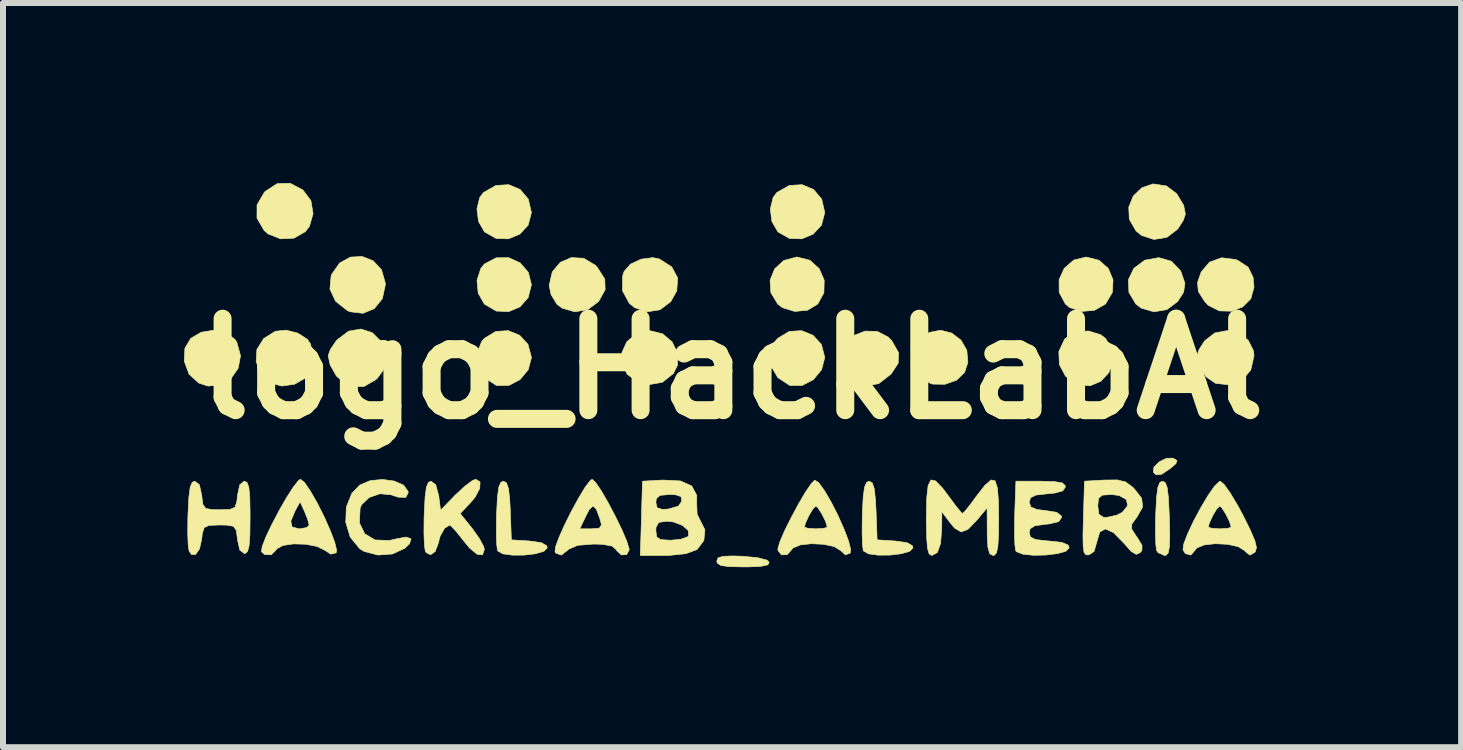
<source format=kicad_pcb>
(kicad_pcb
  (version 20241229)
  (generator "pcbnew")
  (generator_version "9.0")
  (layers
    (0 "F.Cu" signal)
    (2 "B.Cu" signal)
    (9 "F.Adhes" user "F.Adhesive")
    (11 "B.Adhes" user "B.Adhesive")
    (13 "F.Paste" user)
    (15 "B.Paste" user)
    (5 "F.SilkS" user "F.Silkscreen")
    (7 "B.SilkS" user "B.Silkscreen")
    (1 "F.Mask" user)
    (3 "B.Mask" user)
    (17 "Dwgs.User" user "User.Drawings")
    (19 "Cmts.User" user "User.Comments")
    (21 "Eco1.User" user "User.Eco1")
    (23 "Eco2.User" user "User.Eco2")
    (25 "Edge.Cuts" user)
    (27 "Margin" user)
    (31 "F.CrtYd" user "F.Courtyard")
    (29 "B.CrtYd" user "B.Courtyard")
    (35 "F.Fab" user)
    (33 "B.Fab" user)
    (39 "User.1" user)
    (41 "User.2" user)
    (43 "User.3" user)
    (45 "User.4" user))
  (footprint "logo_HackLabAl"
    (layer "F.Cu")
    (at 9.151 3.097)
    (property "Reference" "logo_HackLabAl" (at 0 0 0) (layer "F.SilkS") (effects (font (size 1.524 1.524) (thickness 0.3))))
    (attr through_hole)
    (fp_poly (pts (xy 7.417 1.528) (xy 7.397 1.581) (xy 7.311 1.656) (xy 7.16 1.758) (xy 7.065 1.766) (xy 7.022 1.723) (xy 7.031 1.639) (xy 7.119 1.551) (xy 7.24 1.491) (xy 7.348 1.489) (xy 7.417 1.528)) (stroke (width 0.01) (type solid)) (fill yes) (layer "F.SilkS"))
    (fp_poly (pts (xy -8.442 -0.605) (xy -8.285 -0.49) (xy -8.254 -0.442) (xy -8.192 -0.218) (xy -8.231 -0.009) (xy -8.349 0.16) (xy -8.524 0.267) (xy -8.733 0.288) (xy -8.889 0.237) (xy -9.051 0.088) (xy -9.13 -0.128) (xy -9.119 -0.344) (xy -9.021 -0.508) (xy -8.849 -0.609) (xy -8.643 -0.643) (xy -8.442 -0.605)) (stroke (width 0.01) (type solid)) (fill yes) (layer "F.SilkS"))
    (fp_poly (pts (xy -7.236 -0.594) (xy -7.08 -0.493) (xy -7.026 -0.415) (xy -6.986 -0.198) (xy -7.015 0.01) (xy -7.096 0.144) (xy -7.291 0.257) (xy -7.506 0.287) (xy -7.652 0.246) (xy -7.843 0.082) (xy -7.932 -0.117) (xy -7.919 -0.323) (xy -7.806 -0.504) (xy -7.612 -0.626) (xy -7.431 -0.644) (xy -7.236 -0.594)) (stroke (width 0.01) (type solid)) (fill yes) (layer "F.SilkS"))
    (fp_poly (pts (xy -7.152 -2.98) (xy -7.019 -2.803) (xy -6.983 -2.586) (xy -7.044 -2.374) (xy -7.112 -2.286) (xy -7.301 -2.178) (xy -7.524 -2.166) (xy -7.732 -2.248) (xy -7.799 -2.306) (xy -7.918 -2.512) (xy -7.917 -2.732) (xy -7.797 -2.94) (xy -7.782 -2.956) (xy -7.58 -3.087) (xy -7.364 -3.092) (xy -7.152 -2.98)) (stroke (width 0.01) (type solid)) (fill yes) (layer "F.SilkS"))
    (fp_poly (pts (xy -3.532 -1.766) (xy -3.395 -1.608) (xy -3.344 -1.401) (xy -3.398 -1.186) (xy -3.535 -1.032) (xy -3.724 -0.953) (xy -3.931 -0.963) (xy -4.122 -1.075) (xy -4.128 -1.079) (xy -4.231 -1.26) (xy -4.251 -1.475) (xy -4.187 -1.673) (xy -4.127 -1.747) (xy -3.932 -1.85) (xy -3.722 -1.852) (xy -3.532 -1.766)) (stroke (width 0.01) (type solid)) (fill yes) (layer "F.SilkS"))
    (fp_poly (pts (xy -3.532 -2.989) (xy -3.396 -2.829) (xy -3.344 -2.604) (xy -3.398 -2.395) (xy -3.537 -2.245) (xy -3.727 -2.166) (xy -3.932 -2.173) (xy -4.12 -2.279) (xy -4.128 -2.286) (xy -4.226 -2.457) (xy -4.252 -2.665) (xy -4.205 -2.856) (xy -4.143 -2.938) (xy -3.936 -3.056) (xy -3.722 -3.069) (xy -3.532 -2.989)) (stroke (width 0.01) (type solid)) (fill yes) (layer "F.SilkS"))
    (fp_poly (pts (xy -1.214 -1.832) (xy -1.006 -1.7) (xy -0.906 -1.515) (xy -0.921 -1.3) (xy -1.021 -1.12) (xy -1.199 -0.985) (xy -1.414 -0.95) (xy -1.622 -1.018) (xy -1.712 -1.091) (xy -1.826 -1.301) (xy -1.824 -1.545) (xy -1.8 -1.621) (xy -1.695 -1.743) (xy -1.517 -1.827) (xy -1.321 -1.853) (xy -1.214 -1.832)) (stroke (width 0.01) (type solid)) (fill yes) (layer "F.SilkS"))
    (fp_poly (pts (xy -1.157 -0.583) (xy -0.998 -0.448) (xy -0.909 -0.263) (xy -0.908 -0.063) (xy -0.976 0.077) (xy -1.16 0.224) (xy -1.391 0.265) (xy -1.565 0.223) (xy -1.747 0.092) (xy -1.834 -0.084) (xy -1.834 -0.275) (xy -1.754 -0.451) (xy -1.6 -0.581) (xy -1.38 -0.635) (xy -1.367 -0.635) (xy -1.157 -0.583)) (stroke (width 0.01) (type solid)) (fill yes) (layer "F.SilkS"))
    (fp_poly (pts (xy 0.17 3.124) (xy 0.426 3.148) (xy 0.581 3.188) (xy 0.619 3.223) (xy 0.597 3.267) (xy 0.484 3.292) (xy 0.264 3.302) (xy 0.196 3.302) (xy -0.046 3.297) (xy -0.185 3.278) (xy -0.245 3.24) (xy -0.254 3.204) (xy -0.232 3.151) (xy -0.15 3.125) (xy 0.018 3.119) (xy 0.17 3.124)) (stroke (width 0.01) (type solid)) (fill yes) (layer "F.SilkS"))
    (fp_poly (pts (xy 1.297 -1.809) (xy 1.453 -1.669) (xy 1.536 -1.477) (xy 1.531 -1.267) (xy 1.429 -1.08) (xy 1.259 -0.977) (xy 1.045 -0.956) (xy 0.841 -1.019) (xy 0.762 -1.079) (xy 0.647 -1.27) (xy 0.634 -1.477) (xy 0.711 -1.667) (xy 0.863 -1.806) (xy 1.077 -1.863) (xy 1.084 -1.863) (xy 1.297 -1.809)) (stroke (width 0.01) (type solid)) (fill yes) (layer "F.SilkS"))
    (fp_poly (pts (xy 1.358 -2.989) (xy 1.494 -2.829) (xy 1.545 -2.604) (xy 1.491 -2.395) (xy 1.352 -2.245) (xy 1.163 -2.166) (xy 0.957 -2.173) (xy 0.769 -2.279) (xy 0.762 -2.286) (xy 0.664 -2.457) (xy 0.638 -2.665) (xy 0.685 -2.856) (xy 0.746 -2.938) (xy 0.954 -3.056) (xy 1.168 -3.069) (xy 1.358 -2.989)) (stroke (width 0.01) (type solid)) (fill yes) (layer "F.SilkS"))
    (fp_poly (pts (xy 2.421 -0.623) (xy 2.605 -0.528) (xy 2.662 -0.468) (xy 2.775 -0.27) (xy 2.769 -0.092) (xy 2.651 0.087) (xy 2.444 0.248) (xy 2.228 0.283) (xy 2.116 0.253) (xy 1.946 0.121) (xy 1.854 -0.092) (xy 1.841 -0.218) (xy 1.895 -0.416) (xy 2.032 -0.556) (xy 2.219 -0.629) (xy 2.421 -0.623)) (stroke (width 0.01) (type solid)) (fill yes) (layer "F.SilkS"))
    (fp_poly (pts (xy 3.662 -0.595) (xy 3.815 -0.478) (xy 3.913 -0.31) (xy 3.931 -0.108) (xy 3.875 0.061) (xy 3.744 0.188) (xy 3.549 0.258) (xy 3.345 0.255) (xy 3.307 0.244) (xy 3.101 0.113) (xy 3.002 -0.071) (xy 3.016 -0.285) (xy 3.116 -0.468) (xy 3.288 -0.607) (xy 3.478 -0.643) (xy 3.662 -0.595)) (stroke (width 0.01) (type solid)) (fill yes) (layer "F.SilkS"))
    (fp_poly (pts (xy 6.117 -1.809) (xy 6.271 -1.672) (xy 6.35 -1.483) (xy 6.34 -1.276) (xy 6.228 -1.085) (xy 6.223 -1.079) (xy 6.043 -0.976) (xy 5.827 -0.956) (xy 5.629 -1.02) (xy 5.556 -1.08) (xy 5.452 -1.275) (xy 5.451 -1.485) (xy 5.537 -1.675) (xy 5.695 -1.812) (xy 5.901 -1.863) (xy 6.117 -1.809)) (stroke (width 0.01) (type solid)) (fill yes) (layer "F.SilkS"))
    (fp_poly (pts (xy 7.322 -1.793) (xy 7.47 -1.641) (xy 7.484 -1.613) (xy 7.548 -1.425) (xy 7.526 -1.275) (xy 7.425 -1.12) (xy 7.248 -0.987) (xy 7.031 -0.95) (xy 6.819 -1.012) (xy 6.731 -1.079) (xy 6.615 -1.273) (xy 6.606 -1.484) (xy 6.697 -1.675) (xy 6.879 -1.81) (xy 7.113 -1.853) (xy 7.322 -1.793)) (stroke (width 0.01) (type solid)) (fill yes) (layer "F.SilkS"))
    (fp_poly (pts (xy -5.981 -1.8) (xy -5.843 -1.652) (xy -5.78 -1.434) (xy -5.779 -1.397) (xy -5.829 -1.167) (xy -5.963 -1.003) (xy -6.151 -0.925) (xy -6.366 -0.951) (xy -6.412 -0.971) (xy -6.608 -1.126) (xy -6.702 -1.328) (xy -6.682 -1.55) (xy -6.675 -1.571) (xy -6.541 -1.763) (xy -6.36 -1.862) (xy -6.164 -1.872) (xy -5.981 -1.8)) (stroke (width 0.01) (type solid)) (fill yes) (layer "F.SilkS"))
    (fp_poly (pts (xy -3.54 -0.559) (xy -3.401 -0.407) (xy -3.344 -0.193) (xy -3.344 -0.186) (xy -3.397 0.016) (xy -3.534 0.18) (xy -3.717 0.276) (xy -3.914 0.279) (xy -3.937 0.272) (xy -4.128 0.146) (xy -4.236 -0.043) (xy -4.253 -0.257) (xy -4.171 -0.458) (xy -4.128 -0.508) (xy -3.937 -0.623) (xy -3.73 -0.636) (xy -3.54 -0.559)) (stroke (width 0.01) (type solid)) (fill yes) (layer "F.SilkS"))
    (fp_poly (pts (xy -2.472 -1.842) (xy -2.279 -1.727) (xy -2.244 -1.689) (xy -2.121 -1.496) (xy -2.115 -1.318) (xy -2.224 -1.123) (xy -2.227 -1.12) (xy -2.404 -0.987) (xy -2.621 -0.95) (xy -2.833 -1.012) (xy -2.921 -1.079) (xy -3.017 -1.239) (xy -3.048 -1.39) (xy -2.996 -1.616) (xy -2.862 -1.775) (xy -2.677 -1.854) (xy -2.472 -1.842)) (stroke (width 0.01) (type solid)) (fill yes) (layer "F.SilkS"))
    (fp_poly (pts (xy 1.349 -0.559) (xy 1.489 -0.407) (xy 1.545 -0.193) (xy 1.545 -0.186) (xy 1.492 0.016) (xy 1.356 0.18) (xy 1.172 0.276) (xy 0.976 0.279) (xy 0.953 0.272) (xy 0.762 0.146) (xy 0.653 -0.043) (xy 0.636 -0.257) (xy 0.719 -0.458) (xy 0.762 -0.508) (xy 0.952 -0.623) (xy 1.159 -0.636) (xy 1.349 -0.559)) (stroke (width 0.01) (type solid)) (fill yes) (layer "F.SilkS"))
    (fp_poly (pts (xy 6.144 -0.568) (xy 6.223 -0.508) (xy 6.335 -0.324) (xy 6.349 -0.125) (xy 6.281 0.062) (xy 6.148 0.207) (xy 5.969 0.283) (xy 5.761 0.263) (xy 5.745 0.256) (xy 5.558 0.123) (xy 5.455 -0.072) (xy 5.447 -0.289) (xy 5.541 -0.491) (xy 5.556 -0.507) (xy 5.726 -0.611) (xy 5.94 -0.631) (xy 6.144 -0.568)) (stroke (width 0.01) (type solid)) (fill yes) (layer "F.SilkS"))
    (fp_poly (pts (xy 8.392 -1.822) (xy 8.425 -1.81) (xy 8.601 -1.695) (xy 8.685 -1.523) (xy 8.7 -1.36) (xy 8.646 -1.167) (xy 8.509 -1.03) (xy 8.322 -0.96) (xy 8.12 -0.966) (xy 7.936 -1.059) (xy 7.879 -1.12) (xy 7.772 -1.288) (xy 7.758 -1.438) (xy 7.819 -1.613) (xy 7.957 -1.777) (xy 8.159 -1.851) (xy 8.392 -1.822)) (stroke (width 0.01) (type solid)) (fill yes) (layer "F.SilkS"))
    (fp_poly (pts (xy 8.444 -0.592) (xy 8.603 -0.476) (xy 8.692 -0.298) (xy 8.7 -0.218) (xy 8.646 0.02) (xy 8.502 0.189) (xy 8.295 0.268) (xy 8.058 0.242) (xy 7.9 0.132) (xy 7.784 -0.049) (xy 7.747 -0.217) (xy 7.784 -0.321) (xy 7.873 -0.46) (xy 7.879 -0.468) (xy 8.047 -0.598) (xy 8.247 -0.636) (xy 8.444 -0.592)) (stroke (width 0.01) (type solid)) (fill yes) (layer "F.SilkS"))
    (fp_poly (pts (xy 7.238 -3.048) (xy 7.242 -3.047) (xy 7.41 -2.919) (xy 7.527 -2.726) (xy 7.556 -2.577) (xy 7.52 -2.473) (xy 7.431 -2.334) (xy 7.425 -2.326) (xy 7.247 -2.191) (xy 7.032 -2.156) (xy 6.823 -2.224) (xy 6.733 -2.298) (xy 6.621 -2.493) (xy 6.612 -2.695) (xy 6.687 -2.879) (xy 6.829 -3.017) (xy 7.018 -3.082) (xy 7.238 -3.048)) (stroke (width 0.01) (type solid)) (fill yes) (layer "F.SilkS"))
    (fp_poly (pts (xy -5.996 -0.602) (xy -5.851 -0.457) (xy -5.781 -0.238) (xy -5.779 -0.185) (xy -5.807 0.014) (xy -5.911 0.157) (xy -5.946 0.186) (xy -6.135 0.295) (xy -6.319 0.295) (xy -6.454 0.243) (xy -6.594 0.12) (xy -6.699 -0.066) (xy -6.731 -0.222) (xy -6.692 -0.327) (xy -6.597 -0.466) (xy -6.582 -0.483) (xy -6.392 -0.627) (xy -6.186 -0.663) (xy -5.996 -0.602)) (stroke (width 0.01) (type solid)) (fill yes) (layer "F.SilkS"))
    (fp_poly (pts (xy 7.221 1.897) (xy 7.253 1.98) (xy 7.273 2.145) (xy 7.286 2.411) (xy 7.289 2.492) (xy 7.295 2.781) (xy 7.29 2.965) (xy 7.271 3.066) (xy 7.235 3.107) (xy 7.208 3.111) (xy 7.101 3.065) (xy 7.076 3.027) (xy 7.063 2.927) (xy 7.057 2.736) (xy 7.059 2.49) (xy 7.062 2.408) (xy 7.076 2.137) (xy 7.098 1.972) (xy 7.132 1.892) (xy 7.176 1.873) (xy 7.221 1.897)) (stroke (width 0.01) (type solid)) (fill yes) (layer "F.SilkS"))
    (fp_poly (pts (xy -3.759 1.901) (xy -3.725 1.998) (xy -3.705 2.186) (xy -3.696 2.362) (xy -3.678 2.851) (xy -3.379 2.87) (xy -3.181 2.897) (xy -3.09 2.948) (xy -3.08 2.985) (xy -3.136 3.042) (xy -3.279 3.083) (xy -3.467 3.105) (xy -3.661 3.106) (xy -3.821 3.084) (xy -3.906 3.035) (xy -3.909 3.03) (xy -3.922 2.929) (xy -3.928 2.737) (xy -3.926 2.49) (xy -3.924 2.408) (xy -3.91 2.137) (xy -3.888 1.972) (xy -3.853 1.892) (xy -3.81 1.873) (xy -3.759 1.901)) (stroke (width 0.01) (type solid)) (fill yes) (layer "F.SilkS"))
    (fp_poly (pts (xy 2.337 1.901) (xy 2.37 1.998) (xy 2.391 2.186) (xy 2.4 2.362) (xy 2.418 2.851) (xy 2.717 2.87) (xy 2.915 2.897) (xy 3.006 2.948) (xy 3.016 2.985) (xy 2.96 3.042) (xy 2.817 3.083) (xy 2.629 3.105) (xy 2.435 3.106) (xy 2.275 3.084) (xy 2.19 3.035) (xy 2.187 3.03) (xy 2.174 2.929) (xy 2.168 2.737) (xy 2.17 2.49) (xy 2.172 2.408) (xy 2.186 2.137) (xy 2.208 1.972) (xy 2.243 1.892) (xy 2.286 1.873) (xy 2.337 1.901)) (stroke (width 0.01) (type solid)) (fill yes) (layer "F.SilkS"))
    (fp_poly (pts (xy -5.629 1.871) (xy -5.474 1.939) (xy -5.4 2.043) (xy -5.397 2.066) (xy -5.439 2.143) (xy -5.567 2.139) (xy -5.683 2.1) (xy -5.867 2.082) (xy -6.048 2.144) (xy -6.175 2.266) (xy -6.199 2.324) (xy -6.211 2.568) (xy -6.123 2.749) (xy -5.952 2.852) (xy -5.715 2.862) (xy -5.604 2.836) (xy -5.43 2.804) (xy -5.35 2.833) (xy -5.375 2.915) (xy -5.452 2.99) (xy -5.659 3.086) (xy -5.906 3.104) (xy -6.136 3.042) (xy -6.205 2.999) (xy -6.364 2.805) (xy -6.438 2.561) (xy -6.429 2.304) (xy -6.336 2.074) (xy -6.204 1.937) (xy -6.031 1.864) (xy -5.827 1.844) (xy -5.629 1.871)) (stroke (width 0.01) (type solid)) (fill yes) (layer "F.SilkS"))
    (fp_poly (pts (xy -4.2 1.884) (xy -4.205 1.993) (xy -4.282 2.139) (xy -4.361 2.234) (xy -4.531 2.412) (xy -4.329 2.663) (xy -4.212 2.827) (xy -4.139 2.964) (xy -4.128 3.013) (xy -4.16 3.102) (xy -4.247 3.092) (xy -4.373 2.989) (xy -4.48 2.859) (xy -4.596 2.713) (xy -4.682 2.621) (xy -4.707 2.605) (xy -4.791 2.657) (xy -4.865 2.789) (xy -4.899 2.916) (xy -4.948 3.046) (xy -5.027 3.1) (xy -5.1 3.061) (xy -5.114 3.032) (xy -5.128 2.93) (xy -5.135 2.737) (xy -5.133 2.49) (xy -5.13 2.408) (xy -5.116 2.137) (xy -5.094 1.972) (xy -5.06 1.892) (xy -5.016 1.873) (xy -4.938 1.934) (xy -4.89 2.113) (xy -4.889 2.115) (xy -4.858 2.357) (xy -4.607 2.099) (xy -4.455 1.958) (xy -4.329 1.864) (xy -4.273 1.841) (xy -4.2 1.884)) (stroke (width 0.01) (type solid)) (fill yes) (layer "F.SilkS"))
    (fp_poly (pts (xy -7.125 1.895) (xy -7.028 2.037) (xy -6.914 2.236) (xy -6.799 2.464) (xy -6.698 2.692) (xy -6.623 2.888) (xy -6.59 3.025) (xy -6.598 3.067) (xy -6.687 3.09) (xy -6.782 3.027) (xy -6.915 2.961) (xy -7.105 2.924) (xy -7.309 2.918) (xy -7.485 2.944) (xy -7.589 3.001) (xy -7.597 3.016) (xy -7.68 3.1) (xy -7.791 3.096) (xy -7.843 3.047) (xy -7.832 2.965) (xy -7.77 2.804) (xy -7.671 2.595) (xy -7.64 2.537) (xy -7.354 2.537) (xy -7.334 2.635) (xy -7.217 2.667) (xy -7.207 2.667) (xy -7.088 2.646) (xy -7.048 2.606) (xy -7.073 2.509) (xy -7.124 2.381) (xy -7.199 2.216) (xy -7.28 2.362) (xy -7.354 2.537) (xy -7.64 2.537) (xy -7.552 2.368) (xy -7.427 2.15) (xy -7.313 1.972) (xy -7.226 1.862) (xy -7.193 1.841) (xy -7.125 1.895)) (stroke (width 0.01) (type solid)) (fill yes) (layer "F.SilkS"))
    (fp_poly (pts (xy -2.273 1.895) (xy -2.179 2.034) (xy -2.065 2.231) (xy -1.946 2.456) (xy -1.838 2.678) (xy -1.756 2.869) (xy -1.716 2.999) (xy -1.714 3.017) (xy -1.756 3.097) (xy -1.844 3.102) (xy -1.922 3.031) (xy -1.928 3.016) (xy -1.998 2.955) (xy -2.16 2.925) (xy -2.308 2.921) (xy -2.573 2.942) (xy -2.721 3.006) (xy -2.731 3.016) (xy -2.845 3.105) (xy -2.937 3.071) (xy -2.951 3.051) (xy -2.942 2.968) (xy -2.882 2.806) (xy -2.82 2.667) (xy -2.538 2.667) (xy -2.344 2.667) (xy -2.212 2.656) (xy -2.177 2.602) (xy -2.194 2.524) (xy -2.259 2.345) (xy -2.315 2.285) (xy -2.377 2.341) (xy -2.431 2.443) (xy -2.538 2.667) (xy -2.82 2.667) (xy -2.788 2.596) (xy -2.674 2.367) (xy -2.554 2.149) (xy -2.446 1.97) (xy -2.362 1.861) (xy -2.331 1.841) (xy -2.273 1.895)) (stroke (width 0.01) (type solid)) (fill yes) (layer "F.SilkS"))
    (fp_poly (pts (xy 5.375 1.88) (xy 5.504 1.902) (xy 5.553 1.947) (xy 5.556 1.968) (xy 5.513 2.034) (xy 5.372 2.072) (xy 5.255 2.083) (xy 5.067 2.104) (xy 4.977 2.146) (xy 4.953 2.222) (xy 4.953 2.222) (xy 4.98 2.302) (xy 5.079 2.345) (xy 5.223 2.362) (xy 5.412 2.393) (xy 5.489 2.453) (xy 5.493 2.477) (xy 5.444 2.547) (xy 5.287 2.585) (xy 5.223 2.591) (xy 5.047 2.616) (xy 4.968 2.666) (xy 4.953 2.731) (xy 4.974 2.804) (xy 5.056 2.845) (xy 5.228 2.866) (xy 5.286 2.87) (xy 5.496 2.893) (xy 5.599 2.936) (xy 5.62 2.985) (xy 5.563 3.041) (xy 5.419 3.081) (xy 5.226 3.104) (xy 5.023 3.108) (xy 4.848 3.09) (xy 4.741 3.049) (xy 4.727 3.03) (xy 4.714 2.929) (xy 4.708 2.737) (xy 4.71 2.49) (xy 4.712 2.408) (xy 4.731 1.873) (xy 5.144 1.873) (xy 5.375 1.88)) (stroke (width 0.01) (type solid)) (fill yes) (layer "F.SilkS"))
    (fp_poly (pts (xy 1.444 1.897) (xy 1.539 2.028) (xy 1.651 2.219) (xy 1.765 2.443) (xy 1.866 2.67) (xy 1.942 2.87) (xy 1.978 3.016) (xy 1.969 3.072) (xy 1.89 3.101) (xy 1.814 3.032) (xy 1.705 2.964) (xy 1.527 2.925) (xy 1.324 2.915) (xy 1.139 2.935) (xy 1.016 2.986) (xy 0.993 3.016) (xy 0.918 3.098) (xy 0.824 3.101) (xy 0.766 3.028) (xy 0.764 3) (xy 0.795 2.889) (xy 0.872 2.709) (xy 0.907 2.638) (xy 1.206 2.638) (xy 1.262 2.658) (xy 1.395 2.667) (xy 1.397 2.667) (xy 1.531 2.659) (xy 1.587 2.639) (xy 1.587 2.638) (xy 1.561 2.547) (xy 1.499 2.422) (xy 1.433 2.318) (xy 1.397 2.286) (xy 1.347 2.336) (xy 1.28 2.449) (xy 1.224 2.571) (xy 1.206 2.638) (xy 0.907 2.638) (xy 0.98 2.491) (xy 1.101 2.265) (xy 1.219 2.063) (xy 1.318 1.917) (xy 1.378 1.856) (xy 1.444 1.897)) (stroke (width 0.01) (type solid)) (fill yes) (layer "F.SilkS"))
    (fp_poly (pts (xy 3.392 1.868) (xy 3.506 1.985) (xy 3.613 2.127) (xy 3.729 2.284) (xy 3.814 2.388) (xy 3.842 2.413) (xy 3.889 2.366) (xy 3.984 2.245) (xy 4.071 2.127) (xy 4.215 1.941) (xy 4.318 1.852) (xy 4.385 1.867) (xy 4.424 1.991) (xy 4.442 2.232) (xy 4.445 2.477) (xy 4.442 2.773) (xy 4.43 2.963) (xy 4.407 3.068) (xy 4.37 3.108) (xy 4.35 3.111) (xy 4.295 3.083) (xy 4.265 2.981) (xy 4.253 2.782) (xy 4.253 2.715) (xy 4.251 2.318) (xy 4.078 2.525) (xy 3.932 2.676) (xy 3.818 2.719) (xy 3.709 2.655) (xy 3.627 2.556) (xy 3.497 2.381) (xy 3.495 2.646) (xy 3.476 2.91) (xy 3.422 3.062) (xy 3.33 3.111) (xy 3.327 3.111) (xy 3.285 3.085) (xy 3.258 2.993) (xy 3.244 2.815) (xy 3.239 2.533) (xy 3.239 2.477) (xy 3.245 2.15) (xy 3.268 1.944) (xy 3.315 1.852) (xy 3.392 1.868)) (stroke (width 0.01) (type solid)) (fill yes) (layer "F.SilkS"))
    (fp_poly (pts (xy 6.558 1.885) (xy 6.674 1.97) (xy 6.699 1.994) (xy 6.827 2.157) (xy 6.844 2.302) (xy 6.752 2.466) (xy 6.739 2.483) (xy 6.663 2.588) (xy 6.66 2.668) (xy 6.732 2.782) (xy 6.751 2.808) (xy 6.833 2.941) (xy 6.832 3.026) (xy 6.802 3.064) (xy 6.737 3.093) (xy 6.653 3.044) (xy 6.53 2.905) (xy 6.359 2.731) (xy 6.223 2.669) (xy 6.128 2.72) (xy 6.084 2.873) (xy 6.034 3.044) (xy 5.951 3.1) (xy 5.899 3.1) (xy 5.867 3.06) (xy 5.852 2.958) (xy 5.849 2.772) (xy 5.856 2.497) (xy 5.862 2.286) (xy 6.096 2.286) (xy 6.114 2.423) (xy 6.187 2.473) (xy 6.243 2.477) (xy 6.415 2.439) (xy 6.507 2.39) (xy 6.595 2.279) (xy 6.571 2.178) (xy 6.45 2.111) (xy 6.32 2.095) (xy 6.17 2.106) (xy 6.108 2.159) (xy 6.096 2.286) (xy 5.862 2.286) (xy 5.874 1.873) (xy 6.207 1.854) (xy 6.42 1.852) (xy 6.558 1.885)) (stroke (width 0.01) (type solid)) (fill yes) (layer "F.SilkS"))
    (fp_poly (pts (xy 8.2 1.926) (xy 8.303 2.069) (xy 8.428 2.278) (xy 8.508 2.426) (xy 8.64 2.691) (xy 8.715 2.868) (xy 8.741 2.979) (xy 8.723 3.046) (xy 8.71 3.061) (xy 8.631 3.106) (xy 8.554 3.044) (xy 8.545 3.032) (xy 8.436 2.964) (xy 8.258 2.925) (xy 8.055 2.915) (xy 7.87 2.935) (xy 7.747 2.986) (xy 7.724 3.016) (xy 7.647 3.104) (xy 7.556 3.08) (xy 7.516 3.017) (xy 7.528 2.92) (xy 7.593 2.751) (xy 7.646 2.638) (xy 7.938 2.638) (xy 7.993 2.658) (xy 8.126 2.667) (xy 8.128 2.667) (xy 8.262 2.659) (xy 8.318 2.639) (xy 8.319 2.638) (xy 8.292 2.547) (xy 8.23 2.422) (xy 8.164 2.318) (xy 8.128 2.286) (xy 8.078 2.336) (xy 8.011 2.449) (xy 7.955 2.571) (xy 7.938 2.638) (xy 7.646 2.638) (xy 7.692 2.539) (xy 7.812 2.315) (xy 7.934 2.11) (xy 8.043 1.954) (xy 8.123 1.877) (xy 8.136 1.873) (xy 8.2 1.926)) (stroke (width 0.01) (type solid)) (fill yes) (layer "F.SilkS"))
    (fp_poly (pts (xy -8.083 1.895) (xy -8.054 1.974) (xy -8.038 2.131) (xy -8.033 2.389) (xy -8.033 2.477) (xy -8.036 2.764) (xy -8.049 2.946) (xy -8.074 3.044) (xy -8.114 3.078) (xy -8.128 3.08) (xy -8.204 3.022) (xy -8.243 2.847) (xy -8.243 2.842) (xy -8.262 2.694) (xy -8.31 2.625) (xy -8.426 2.605) (xy -8.541 2.603) (xy -8.714 2.609) (xy -8.797 2.646) (xy -8.829 2.742) (xy -8.839 2.837) (xy -8.875 3) (xy -8.94 3.093) (xy -9.01 3.095) (xy -9.051 3.032) (xy -9.065 2.93) (xy -9.072 2.737) (xy -9.07 2.49) (xy -9.067 2.408) (xy -9.053 2.137) (xy -9.031 1.972) (xy -8.997 1.892) (xy -8.954 1.873) (xy -8.878 1.931) (xy -8.839 2.106) (xy -8.839 2.111) (xy -8.82 2.259) (xy -8.771 2.328) (xy -8.656 2.348) (xy -8.541 2.349) (xy -8.368 2.344) (xy -8.284 2.307) (xy -8.253 2.21) (xy -8.243 2.111) (xy -8.205 1.933) (xy -8.13 1.873) (xy -8.128 1.873) (xy -8.083 1.895)) (stroke (width 0.01) (type solid)) (fill yes) (layer "F.SilkS"))
    (fp_poly (pts (xy -0.859 1.869) (xy -0.672 1.953) (xy -0.588 2.108) (xy -0.589 2.25) (xy -0.582 2.424) (xy -0.531 2.526) (xy -0.452 2.684) (xy -0.47 2.862) (xy -0.58 3.009) (xy -0.586 3.013) (xy -0.768 3.081) (xy -1.056 3.111) (xy -1.128 3.111) (xy -1.529 3.111) (xy -1.516 2.699) (xy -1.27 2.699) (xy -1.256 2.802) (xy -1.189 2.847) (xy -1.035 2.857) (xy -1.02 2.857) (xy -0.849 2.84) (xy -0.737 2.798) (xy -0.724 2.784) (xy -0.73 2.695) (xy -0.826 2.61) (xy -0.979 2.552) (xy -1.092 2.54) (xy -1.222 2.56) (xy -1.267 2.643) (xy -1.27 2.699) (xy -1.516 2.699) (xy -1.51 2.492) (xy -1.503 2.227) (xy -1.27 2.227) (xy -1.249 2.316) (xy -1.162 2.343) (xy -1.064 2.338) (xy -0.894 2.288) (xy -0.837 2.207) (xy -0.848 2.131) (xy -0.939 2.1) (xy -1.043 2.095) (xy -1.198 2.109) (xy -1.261 2.161) (xy -1.27 2.227) (xy -1.503 2.227) (xy -1.492 1.873) (xy -1.152 1.854) (xy -0.859 1.869)) (stroke (width 0.01) (type solid)) (fill yes) (layer "F.SilkS")))
  (gr_rect
    (start -3 -3)
    (end 21.303 9.404)
    (stroke (width 0.1) (type default))
    (fill no)
    (layer "Edge.Cuts")))
</source>
